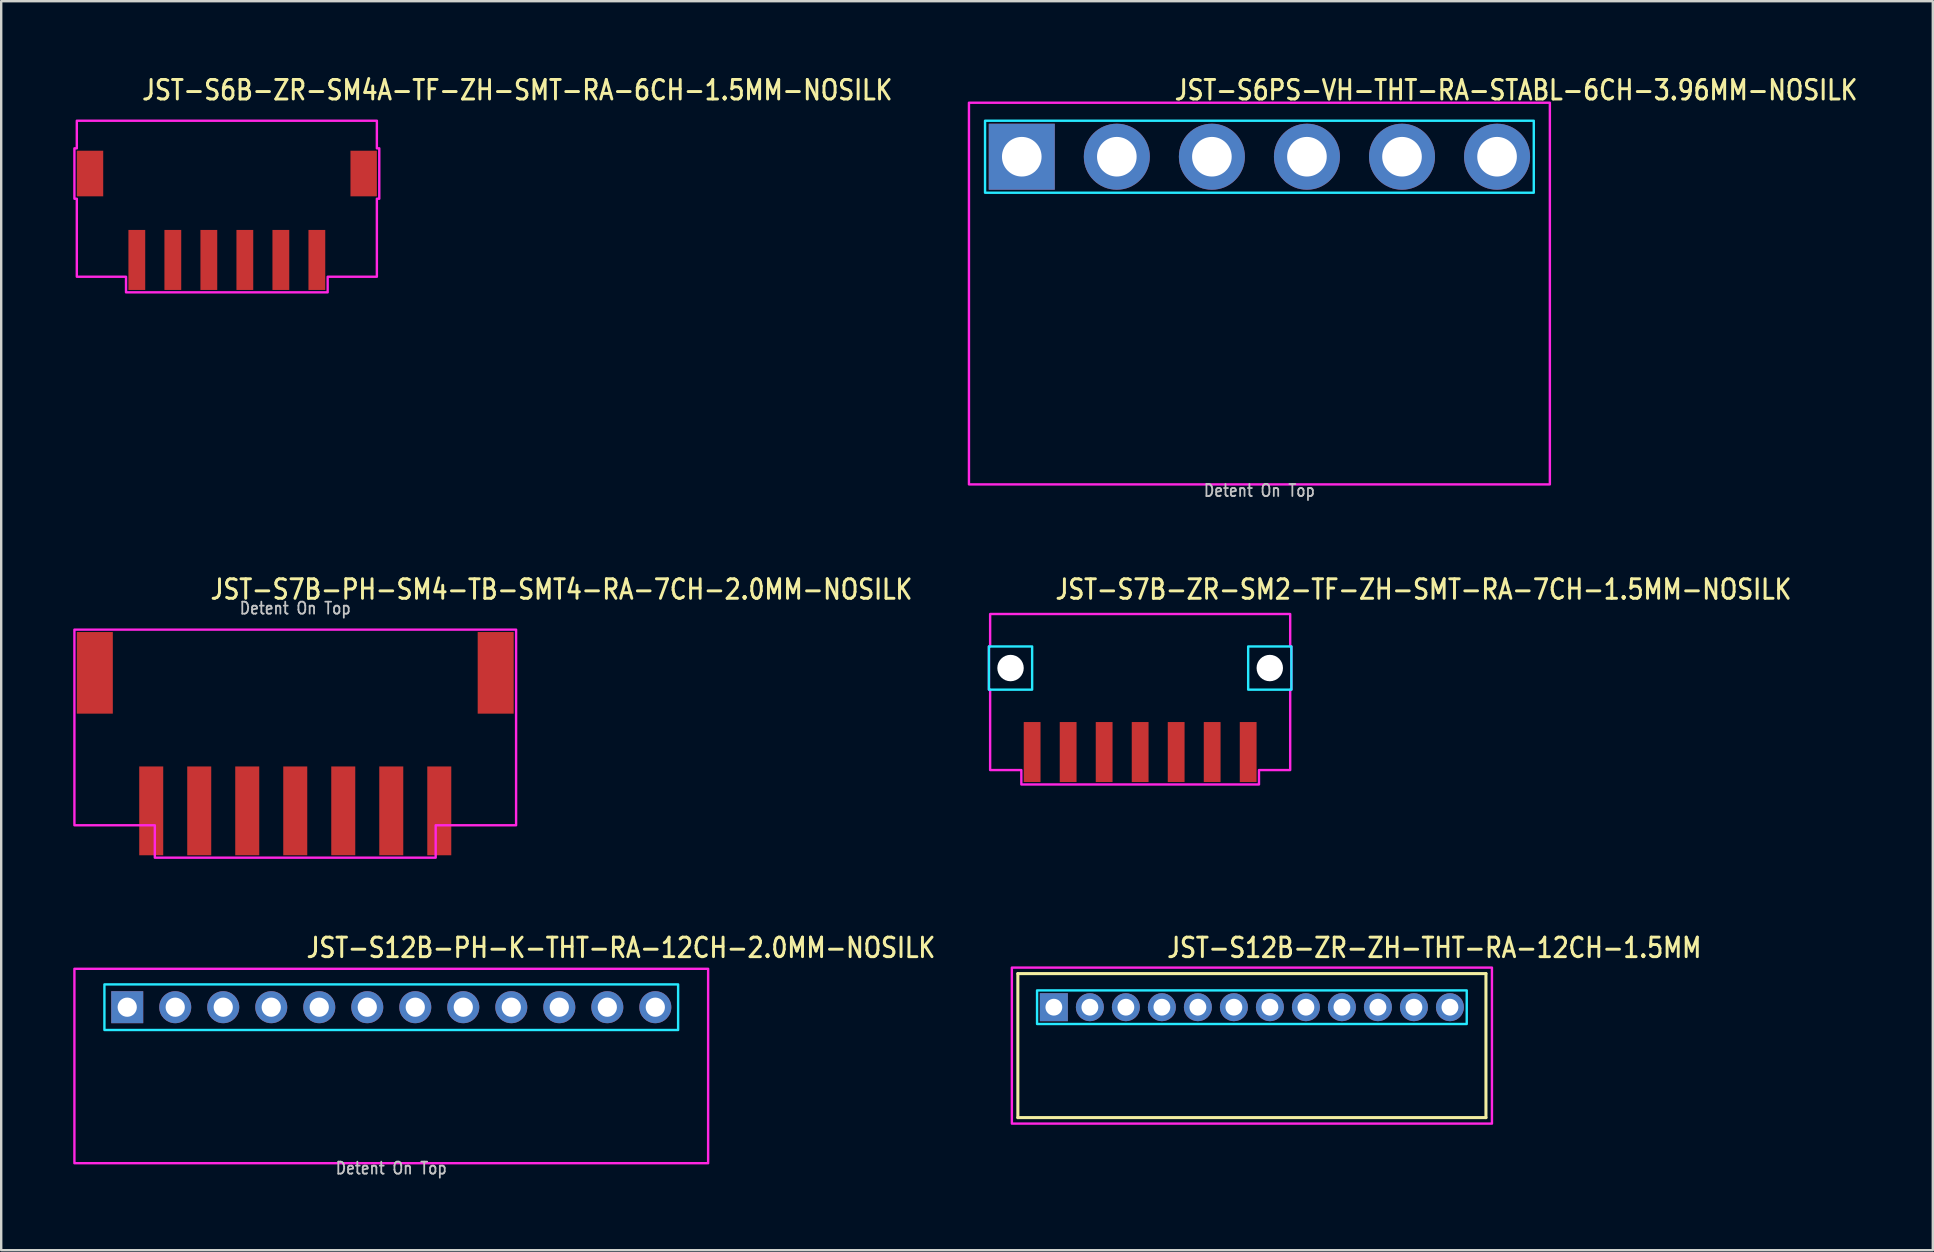
<source format=kicad_pcb>
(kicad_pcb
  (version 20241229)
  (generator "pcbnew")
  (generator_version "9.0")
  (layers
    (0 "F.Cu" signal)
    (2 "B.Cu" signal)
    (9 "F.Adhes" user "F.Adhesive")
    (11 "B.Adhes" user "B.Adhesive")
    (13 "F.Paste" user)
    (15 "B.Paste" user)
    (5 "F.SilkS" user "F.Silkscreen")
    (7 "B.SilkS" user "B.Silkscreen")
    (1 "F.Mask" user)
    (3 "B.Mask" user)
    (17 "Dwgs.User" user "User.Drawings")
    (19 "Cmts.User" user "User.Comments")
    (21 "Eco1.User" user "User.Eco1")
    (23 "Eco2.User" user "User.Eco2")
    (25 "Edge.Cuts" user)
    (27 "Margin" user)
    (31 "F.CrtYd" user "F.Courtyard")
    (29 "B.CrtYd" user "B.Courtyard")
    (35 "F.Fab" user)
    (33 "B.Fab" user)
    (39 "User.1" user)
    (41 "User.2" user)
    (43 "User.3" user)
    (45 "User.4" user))
  (footprint "JST-S6PS-VH-THT-RA-STABL-6CH-3.96MM-NOSILK"
    (layer "F.Cu")
    (at 49.416 3.479)
    (property "Reference" "JST-S6PS-VH-THT-RA-STABL-6CH-3.96MM-NOSILK" (at -3.6 -2.3 0) (unlocked yes) (layer "F.SilkS") (effects (font (size 0.813 0.695) (thickness 0.122)) (justify left bottom)))
    (fp_poly (pts (xy -11.43 -1.5) (xy -11.43 1.5) (xy 11.43 1.5) (xy 11.43 -1.5)) (stroke (width 0.1) (type solid)) (fill no) (layer "B.CrtYd"))
    (fp_poly (pts (xy -12.1 13.65) (xy 12.1 13.65) (xy 12.1 -2.25) (xy -12.1 -2.25)) (stroke (width 0.1) (type solid)) (fill no) (layer "F.CrtYd"))
    (fp_text user "Detent On Top" (at 0 14.2 0) (unlocked yes) (layer "Dwgs.User") (effects (font (size 0.5 0.427) (thickness 0.075)) (justify bottom)))
    (pad "P$1" thru_hole rect (at -9.9 0) (size 2.75 2.75) (drill 1.65) (layers "*.Cu" "*.Mask"))
    (pad "P$2" thru_hole oval (at -5.94 0) (size 2.75 2.75) (drill 1.65) (layers "*.Cu" "*.Mask"))
    (pad "P$3" thru_hole oval (at -1.98 0) (size 2.75 2.75) (drill 1.65) (layers "*.Cu" "*.Mask"))
    (pad "P$4" thru_hole oval (at 1.98 0) (size 2.75 2.75) (drill 1.65) (layers "*.Cu" "*.Mask"))
    (pad "P$5" thru_hole oval (at 5.94 0) (size 2.75 2.75) (drill 1.65) (layers "*.Cu" "*.Mask"))
    (pad "P$6" thru_hole oval (at 9.9 0) (size 2.75 2.75) (drill 1.65) (layers "*.Cu" "*.Mask")))
  (footprint "JST-S12B-PH-K-THT-RA-12CH-2.0MM-NOSILK"
    (layer "F.Cu")
    (at 13.25 38.909)
    (property "Reference" "JST-S12B-PH-K-THT-RA-12CH-2.0MM-NOSILK" (at -3.6 -2 0) (unlocked yes) (layer "F.SilkS") (effects (font (size 0.813 0.695) (thickness 0.122)) (justify left bottom)))
    (fp_poly (pts (xy -11.95 -0.95) (xy -11.95 0.95) (xy 11.95 0.95) (xy 11.95 -0.95)) (stroke (width 0.1) (type solid)) (fill no) (layer "B.CrtYd"))
    (fp_poly (pts (xy -13.2 -1.6) (xy -13.2 6.5) (xy 13.2 6.5) (xy 13.2 -1.6)) (stroke (width 0.1) (type solid)) (fill no) (layer "F.CrtYd"))
    (fp_text user "Detent On Top" (at 0 7 0) (unlocked yes) (layer "Dwgs.User") (effects (font (size 0.5 0.427) (thickness 0.075)) (justify bottom)))
    (pad "P$1" thru_hole rect (at -11 0) (size 1.333 1.333) (drill 0.8) (layers "*.Cu" "*.Mask"))
    (pad "P$2" thru_hole oval (at -9 0) (size 1.333 1.333) (drill 0.8) (layers "*.Cu" "*.Mask"))
    (pad "P$3" thru_hole oval (at -7 0) (size 1.333 1.333) (drill 0.8) (layers "*.Cu" "*.Mask"))
    (pad "P$4" thru_hole oval (at -5 0) (size 1.333 1.333) (drill 0.8) (layers "*.Cu" "*.Mask"))
    (pad "P$5" thru_hole oval (at -3 0) (size 1.333 1.333) (drill 0.8) (layers "*.Cu" "*.Mask"))
    (pad "P$6" thru_hole oval (at -1 0) (size 1.333 1.333) (drill 0.8) (layers "*.Cu" "*.Mask"))
    (pad "P$7" thru_hole oval (at 1 0) (size 1.333 1.333) (drill 0.8) (layers "*.Cu" "*.Mask"))
    (pad "P$8" thru_hole oval (at 3 0) (size 1.333 1.333) (drill 0.8) (layers "*.Cu" "*.Mask"))
    (pad "P$9" thru_hole oval (at 5 0) (size 1.333 1.333) (drill 0.8) (layers "*.Cu" "*.Mask"))
    (pad "P$10" thru_hole oval (at 7 0) (size 1.333 1.333) (drill 0.8) (layers "*.Cu" "*.Mask"))
    (pad "P$11" thru_hole oval (at 9 0) (size 1.333 1.333) (drill 0.8) (layers "*.Cu" "*.Mask"))
    (pad "P$12" thru_hole oval (at 11 0) (size 1.333 1.333) (drill 0.8) (layers "*.Cu" "*.Mask")))
  (footprint "JST-S7B-ZR-SM2-TF-ZH-SMT-RA-7CH-1.5MM-NOSILK"
    (layer "F.Cu")
    (at 44.448 24.78)
    (property "Reference" "JST-S7B-ZR-SM2-TF-ZH-SMT-RA-7CH-1.5MM-NOSILK" (at -3.6 -2.8 0) (unlocked yes) (layer "F.SilkS") (effects (font (size 0.813 0.695) (thickness 0.122)) (justify left bottom)))
    (fp_poly (pts (xy -6.3 -0.9) (xy -6.3 0.9) (xy -4.5 0.9) (xy -4.5 -0.9)) (stroke (width 0.1) (type solid)) (fill no) (layer "B.CrtYd"))
    (fp_poly (pts (xy 6.3 -0.9) (xy 6.3 0.9) (xy 4.5 0.9) (xy 4.5 -0.9)) (stroke (width 0.1) (type solid)) (fill no) (layer "B.CrtYd"))
    (fp_poly (pts (xy -6.25 -2.25) (xy -6.25 -0.9) (xy -6.3 -0.9) (xy -6.3 0.9) (xy -6.25 0.9) (xy -6.25 4.25) (xy -4.95 4.25) (xy -4.95 4.85) (xy 4.95 4.85) (xy 4.95 4.25) (xy 6.25 4.25) (xy 6.25 0.9) (xy 6.3 0.9) (xy 6.3 -0.9) (xy 6.25 -0.9) (xy 6.25 -2.25)) (stroke (width 0.1) (type solid)) (fill no) (layer "F.CrtYd"))
    (pad "" np_thru_hole circle (at -5.4 0) (size 1.1 1.1) (drill 1.1) (layers "*.Cu" "*.Mask"))
    (pad "" np_thru_hole circle (at 5.4 0) (size 1.1 1.1) (drill 1.1) (layers "*.Cu" "*.Mask"))
    (pad "P$1" smd rect (at 4.5 3.5) (size 0.7 2.5) (layers "F.Cu" "F.Mask" "F.Paste"))
    (pad "P$2" smd rect (at 3 3.5) (size 0.7 2.5) (layers "F.Cu" "F.Mask" "F.Paste"))
    (pad "P$3" smd rect (at 1.5 3.5) (size 0.7 2.5) (layers "F.Cu" "F.Mask" "F.Paste"))
    (pad "P$4" smd rect (at 0 3.5) (size 0.7 2.5) (layers "F.Cu" "F.Mask" "F.Paste"))
    (pad "P$5" smd rect (at -1.5 3.5) (size 0.7 2.5) (layers "F.Cu" "F.Mask" "F.Paste"))
    (pad "P$6" smd rect (at -3 3.5) (size 0.7 2.5) (layers "F.Cu" "F.Mask" "F.Paste"))
    (pad "P$7" smd rect (at -4.5 3.5) (size 0.7 2.5) (layers "F.Cu" "F.Mask" "F.Paste")))
  (footprint "JST-S7B-PH-SM4-TB-SMT4-RA-7CH-2.0MM-NOSILK"
    (layer "F.Cu")
    (at 9.25 24.98)
    (property "Reference" "JST-S7B-PH-SM4-TB-SMT4-RA-7CH-2.0MM-NOSILK" (at -3.6 -3 0) (unlocked yes) (layer "F.SilkS") (effects (font (size 0.813 0.695) (thickness 0.122)) (justify left bottom)))
    (fp_poly (pts (xy -9.2 -1.8) (xy -9.2 6.35) (xy -5.85 6.35) (xy -5.85 7.7) (xy 5.85 7.7) (xy 5.85 6.35) (xy 9.2 6.35) (xy 9.2 -1.8)) (stroke (width 0.1) (type solid)) (fill no) (layer "F.CrtYd"))
    (fp_text user "Detent On Top" (at 0 -2.4 0) (unlocked yes) (layer "Dwgs.User") (effects (font (size 0.5 0.427) (thickness 0.075)) (justify bottom)))
    (pad "P$1" smd rect (at 6 5.75) (size 1 3.7) (layers "F.Cu" "F.Mask" "F.Paste"))
    (pad "P$2" smd rect (at 4 5.75) (size 1 3.7) (layers "F.Cu" "F.Mask" "F.Paste"))
    (pad "P$3" smd rect (at 2 5.75) (size 1 3.7) (layers "F.Cu" "F.Mask" "F.Paste"))
    (pad "P$4" smd rect (at 0 5.75) (size 1 3.7) (layers "F.Cu" "F.Mask" "F.Paste"))
    (pad "P$5" smd rect (at -2 5.75) (size 1 3.7) (layers "F.Cu" "F.Mask" "F.Paste"))
    (pad "P$6" smd rect (at -4 5.75) (size 1 3.7) (layers "F.Cu" "F.Mask" "F.Paste"))
    (pad "P$7" smd rect (at -6 5.75) (size 1 3.7) (layers "F.Cu" "F.Mask" "F.Paste"))
    (pad "S$1" smd rect (at -8.35 0) (size 1.5 3.4) (layers "F.Cu" "F.Mask" "F.Paste"))
    (pad "S$2" smd rect (at 8.35 0) (size 1.5 3.4) (layers "F.Cu" "F.Mask" "F.Paste")))
  (footprint "JST-S6B-ZR-SM4A-TF-ZH-SMT-RA-6CH-1.5MM-NOSILK"
    (layer "F.Cu")
    (at 6.4 4.179)
    (property "Reference" "JST-S6B-ZR-SM4A-TF-ZH-SMT-RA-6CH-1.5MM-NOSILK" (at -3.6 -3 0) (unlocked yes) (layer "F.SilkS") (effects (font (size 0.813 0.695) (thickness 0.122)) (justify left bottom)))
    (fp_poly (pts (xy -6.25 -2.2) (xy -6.25 -1.05) (xy -6.35 -1.05) (xy -6.35 1.05) (xy -6.25 1.05) (xy -6.25 4.3) (xy -4.2 4.3) (xy -4.2 4.95) (xy 4.2 4.95) (xy 4.2 4.3) (xy 6.25 4.3) (xy 6.25 1.05) (xy 6.35 1.05) (xy 6.35 -1.05) (xy 6.25 -1.05) (xy 6.25 -2.2)) (stroke (width 0.1) (type solid)) (fill no) (layer "F.CrtYd"))
    (pad "P$1" smd rect (at 3.75 3.6) (size 0.7 2.5) (layers "F.Cu" "F.Mask" "F.Paste"))
    (pad "P$2" smd rect (at 2.25 3.6) (size 0.7 2.5) (layers "F.Cu" "F.Mask" "F.Paste"))
    (pad "P$3" smd rect (at 0.75 3.6) (size 0.7 2.5) (layers "F.Cu" "F.Mask" "F.Paste"))
    (pad "P$4" smd rect (at -0.75 3.6) (size 0.7 2.5) (layers "F.Cu" "F.Mask" "F.Paste"))
    (pad "P$5" smd rect (at -2.25 3.6) (size 0.7 2.5) (layers "F.Cu" "F.Mask" "F.Paste"))
    (pad "P$6" smd rect (at -3.75 3.6) (size 0.7 2.5) (layers "F.Cu" "F.Mask" "F.Paste"))
    (pad "S$1" smd rect (at -5.7 0) (size 1.1 1.9) (layers "F.Cu" "F.Mask" "F.Paste"))
    (pad "S$2" smd rect (at 5.7 0) (size 1.1 1.9) (layers "F.Cu" "F.Mask" "F.Paste")))
  (footprint "JST-S12B-ZR-ZH-THT-RA-12CH-1.5MM"
    (layer "F.Cu")
    (at 49.103 38.909)
    (property "Reference" "JST-S12B-ZR-ZH-THT-RA-12CH-1.5MM" (at -3.6 -2 0) (unlocked yes) (layer "F.SilkS") (effects (font (size 0.813 0.695) (thickness 0.122)) (justify left bottom)))
    (fp_line (start -9.75 -1.4) (end 9.75 -1.4) (stroke (width 0.127) (type solid)) (layer "F.SilkS"))
    (fp_line (start -9.75 4.6) (end -9.75 -1.4) (stroke (width 0.127) (type solid)) (layer "F.SilkS"))
    (fp_line (start -9.75 4.6) (end 9.75 4.6) (stroke (width 0.127) (type solid)) (layer "F.SilkS"))
    (fp_line (start 9.75 -1.4) (end 9.75 4.6) (stroke (width 0.127) (type solid)) (layer "F.SilkS"))
    (fp_poly (pts (xy -8.95 -0.7) (xy -8.95 0.7) (xy 8.95 0.7) (xy 8.95 -0.7)) (stroke (width 0.1) (type solid)) (fill no) (layer "B.CrtYd"))
    (fp_poly (pts (xy -10 -1.65) (xy -10 4.85) (xy 10 4.85) (xy 10 -1.65)) (stroke (width 0.1) (type solid)) (fill no) (layer "F.CrtYd"))
    (pad "P$1" thru_hole rect (at -8.25 0) (size 1.167 1.167) (drill 0.7) (layers "*.Cu" "*.Mask"))
    (pad "P$2" thru_hole oval (at -6.75 0) (size 1.167 1.167) (drill 0.7) (layers "*.Cu" "*.Mask"))
    (pad "P$3" thru_hole oval (at -5.25 0) (size 1.167 1.167) (drill 0.7) (layers "*.Cu" "*.Mask"))
    (pad "P$4" thru_hole oval (at -3.75 0) (size 1.167 1.167) (drill 0.7) (layers "*.Cu" "*.Mask"))
    (pad "P$5" thru_hole oval (at -2.25 0) (size 1.167 1.167) (drill 0.7) (layers "*.Cu" "*.Mask"))
    (pad "P$6" thru_hole oval (at -0.75 0) (size 1.167 1.167) (drill 0.7) (layers "*.Cu" "*.Mask"))
    (pad "P$7" thru_hole oval (at 0.75 0) (size 1.167 1.167) (drill 0.7) (layers "*.Cu" "*.Mask"))
    (pad "P$8" thru_hole oval (at 2.25 0) (size 1.167 1.167) (drill 0.7) (layers "*.Cu" "*.Mask"))
    (pad "P$9" thru_hole oval (at 3.75 0) (size 1.167 1.167) (drill 0.7) (layers "*.Cu" "*.Mask"))
    (pad "P$10" thru_hole oval (at 5.25 0) (size 1.167 1.167) (drill 0.7) (layers "*.Cu" "*.Mask"))
    (pad "P$11" thru_hole oval (at 6.75 0) (size 1.167 1.167) (drill 0.7) (layers "*.Cu" "*.Mask"))
    (pad "P$12" thru_hole oval (at 8.25 0) (size 1.167 1.167) (drill 0.7) (layers "*.Cu" "*.Mask")))
  (gr_rect
    (start -3 -3)
    (end 77.469 49.032)
    (stroke (width 0.1) (type default))
    (fill no)
    (layer "Edge.Cuts")))
</source>
